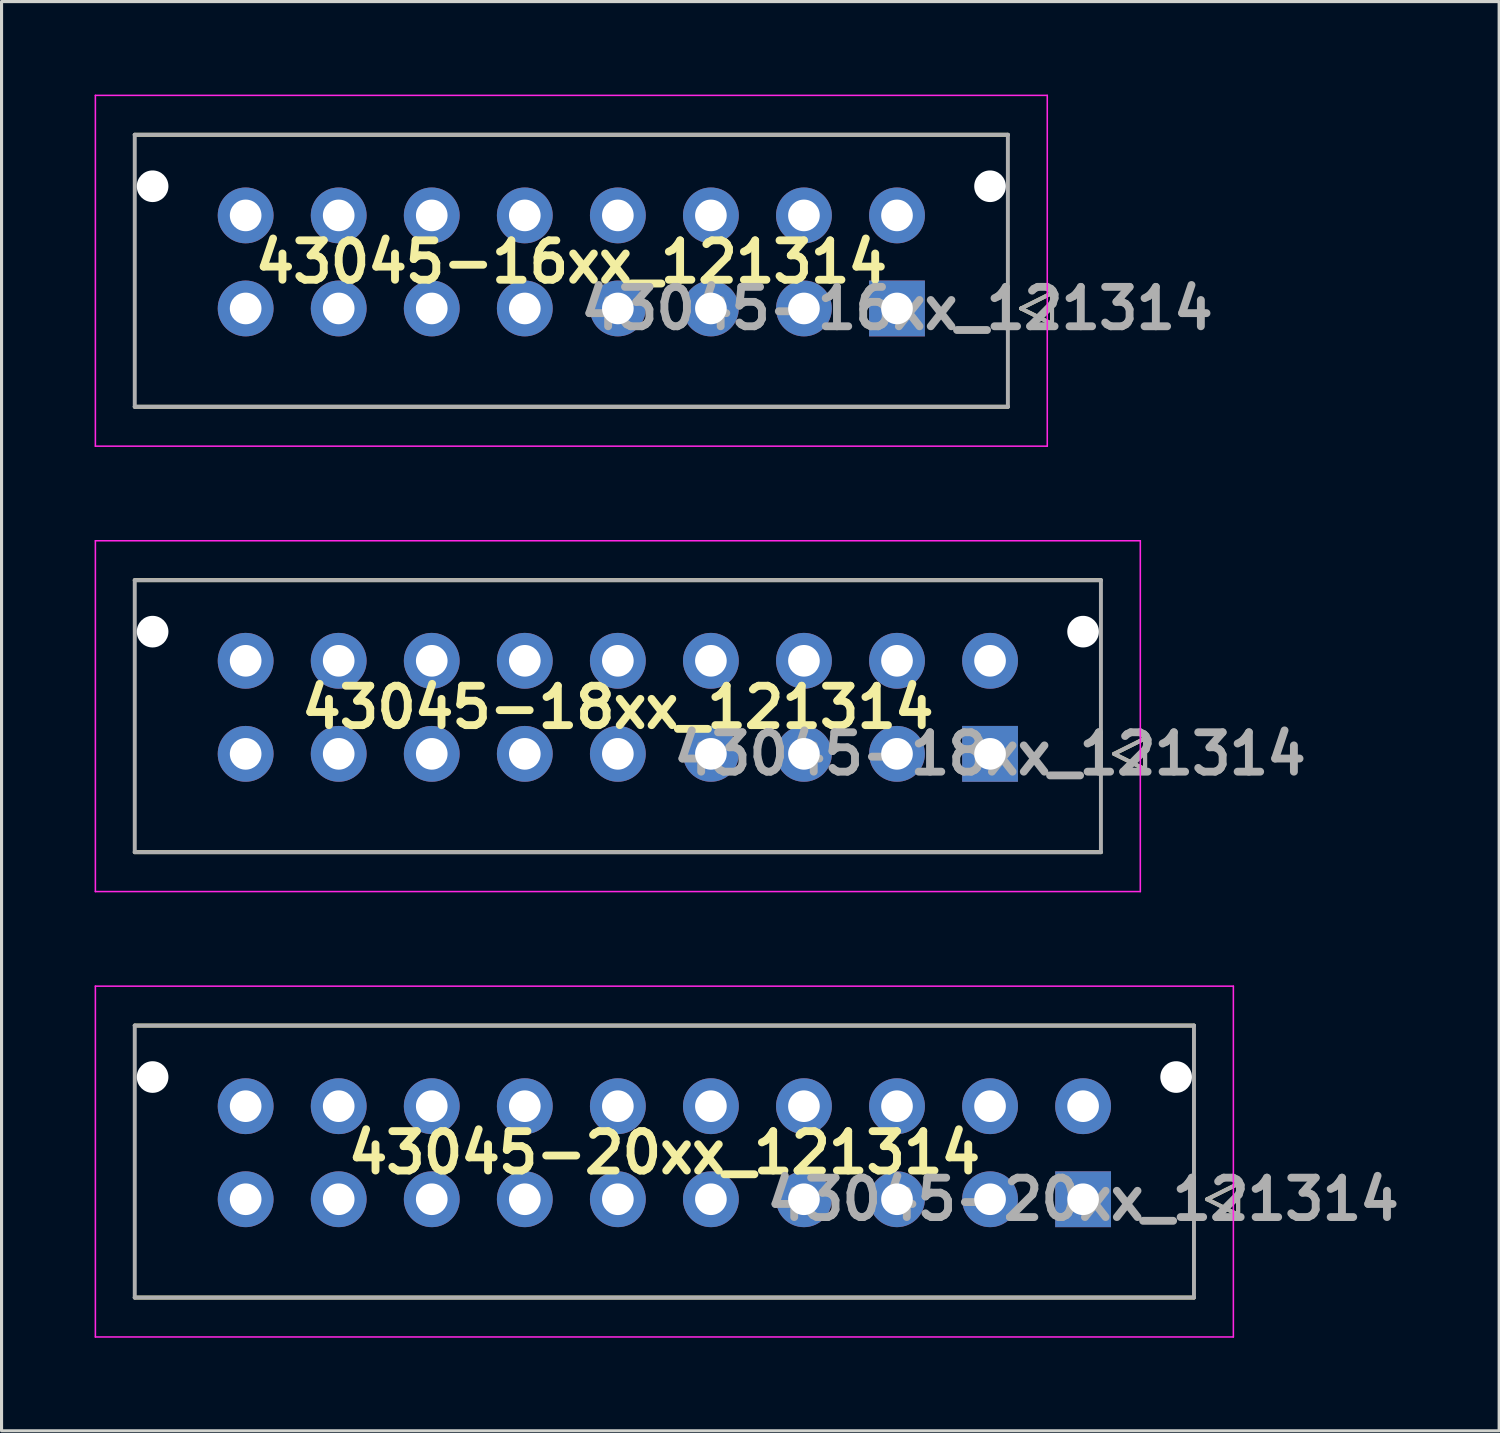
<source format=kicad_pcb>
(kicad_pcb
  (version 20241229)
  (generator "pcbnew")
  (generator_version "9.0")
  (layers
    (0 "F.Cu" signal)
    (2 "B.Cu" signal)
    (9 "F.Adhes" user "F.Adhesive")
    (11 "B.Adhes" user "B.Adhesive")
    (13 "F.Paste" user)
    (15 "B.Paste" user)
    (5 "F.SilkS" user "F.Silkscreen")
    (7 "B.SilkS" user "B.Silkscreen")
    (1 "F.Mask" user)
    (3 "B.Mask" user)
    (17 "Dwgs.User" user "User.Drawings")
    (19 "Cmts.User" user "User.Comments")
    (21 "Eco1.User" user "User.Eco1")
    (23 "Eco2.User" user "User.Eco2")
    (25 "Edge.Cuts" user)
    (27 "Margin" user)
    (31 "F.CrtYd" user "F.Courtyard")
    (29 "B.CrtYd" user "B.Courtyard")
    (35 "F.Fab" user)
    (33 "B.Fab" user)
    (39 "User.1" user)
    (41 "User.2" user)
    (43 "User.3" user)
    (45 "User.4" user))
  (footprint "43045-18xx_121314"
    (layer "F.Cu")
    (at 16.87 19.755)
    (property "Reference" "43045-18xx_121314" (at 0 0 0) (layer "F.SilkS") (effects (font (size 1.27 1.27) (thickness 0.254))))
    (attr through_hole)
    (fp_line (start -15.575 -4.1) (end 15.575 -4.1) (stroke (width 0.127) (type solid)) (layer "F.SilkS"))
    (fp_line (start 15.575 4.67) (end -15.575 4.67) (stroke (width 0.127) (type solid)) (layer "F.SilkS"))
    (fp_line (start 16 1.5) (end 17 1) (stroke (width 0.127) (type solid)) (layer "F.SilkS"))
    (fp_line (start 17 1) (end 17 2) (stroke (width 0.127) (type solid)) (layer "F.SilkS"))
    (fp_line (start 17 2) (end 16 1.5) (stroke (width 0.127) (type solid)) (layer "F.SilkS"))
    (fp_line (start -16.845 -5.37) (end 16.845 -5.37) (stroke (width 0.05) (type solid)) (layer "F.CrtYd"))
    (fp_line (start -16.845 5.94) (end -16.845 -5.37) (stroke (width 0.05) (type solid)) (layer "F.CrtYd"))
    (fp_line (start 16.845 -5.37) (end 16.845 5.94) (stroke (width 0.05) (type solid)) (layer "F.CrtYd"))
    (fp_line (start 16.845 5.94) (end -16.845 5.94) (stroke (width 0.05) (type solid)) (layer "F.CrtYd"))
    (fp_line (start -15.575 -4.1) (end 15.575 -4.1) (stroke (width 0.127) (type solid)) (layer "F.Fab"))
    (fp_line (start -15.575 4.67) (end -15.575 -4.1) (stroke (width 0.127) (type solid)) (layer "F.Fab"))
    (fp_line (start 15.575 -4.1) (end 15.575 4.67) (stroke (width 0.127) (type solid)) (layer "F.Fab"))
    (fp_line (start 15.575 4.67) (end -15.575 4.67) (stroke (width 0.127) (type solid)) (layer "F.Fab"))
    (fp_line (start 16 1.5) (end 17 1) (stroke (width 0.127) (type solid)) (layer "F.Fab"))
    (fp_line (start 17 1) (end 17 2) (stroke (width 0.127) (type solid)) (layer "F.Fab"))
    (fp_line (start 17 2) (end 16 1.5) (stroke (width 0.127) (type solid)) (layer "F.Fab"))
    (fp_text user "${REFERENCE}" (at 12 1.5 0) (layer "F.Fab") (effects (font (size 1.27 1.27) (thickness 0.254))))
    (pad "" np_thru_hole circle (at -15 -2.44) (size 1.02 1.02) (drill 1.02) (layers "*.Cu" "*.Mask"))
    (pad "" np_thru_hole circle (at 15 -2.44) (size 1.02 1.02) (drill 1.02) (layers "*.Cu" "*.Mask"))
    (pad "1" thru_hole rect (at 12 1.5) (size 1.8 1.8) (drill 1.02) (layers "*.Cu" "*.Mask"))
    (pad "2" thru_hole circle (at 9 1.5) (size 1.8 1.8) (drill 1.02) (layers "*.Cu" "*.Mask"))
    (pad "3" thru_hole circle (at 6 1.5) (size 1.8 1.8) (drill 1.02) (layers "*.Cu" "*.Mask"))
    (pad "4" thru_hole circle (at 3 1.5) (size 1.8 1.8) (drill 1.02) (layers "*.Cu" "*.Mask"))
    (pad "5" thru_hole circle (at 0 1.5) (size 1.8 1.8) (drill 1.02) (layers "*.Cu" "*.Mask"))
    (pad "6" thru_hole circle (at -3 1.5) (size 1.8 1.8) (drill 1.02) (layers "*.Cu" "*.Mask"))
    (pad "7" thru_hole circle (at -6 1.5) (size 1.8 1.8) (drill 1.02) (layers "*.Cu" "*.Mask"))
    (pad "8" thru_hole circle (at -9 1.5) (size 1.8 1.8) (drill 1.02) (layers "*.Cu" "*.Mask"))
    (pad "9" thru_hole circle (at -12 1.5) (size 1.8 1.8) (drill 1.02) (layers "*.Cu" "*.Mask"))
    (pad "10" thru_hole circle (at 12 -1.5) (size 1.8 1.8) (drill 1.02) (layers "*.Cu" "*.Mask"))
    (pad "11" thru_hole circle (at 9 -1.5) (size 1.8 1.8) (drill 1.02) (layers "*.Cu" "*.Mask"))
    (pad "12" thru_hole circle (at 6 -1.5) (size 1.8 1.8) (drill 1.02) (layers "*.Cu" "*.Mask"))
    (pad "13" thru_hole circle (at 3 -1.5) (size 1.8 1.8) (drill 1.02) (layers "*.Cu" "*.Mask"))
    (pad "14" thru_hole circle (at 0 -1.5) (size 1.8 1.8) (drill 1.02) (layers "*.Cu" "*.Mask"))
    (pad "15" thru_hole circle (at -3 -1.5) (size 1.8 1.8) (drill 1.02) (layers "*.Cu" "*.Mask"))
    (pad "16" thru_hole circle (at -6 -1.5) (size 1.8 1.8) (drill 1.02) (layers "*.Cu" "*.Mask"))
    (pad "17" thru_hole circle (at -9 -1.5) (size 1.8 1.8) (drill 1.02) (layers "*.Cu" "*.Mask"))
    (pad "18" thru_hole circle (at -12 -1.5) (size 1.8 1.8) (drill 1.02) (layers "*.Cu" "*.Mask")))
  (footprint "43045-20xx_121314"
    (layer "F.Cu")
    (at 18.37 34.115)
    (property "Reference" "43045-20xx_121314" (at 0 0 0) (layer "F.SilkS") (effects (font (size 1.27 1.27) (thickness 0.254))))
    (attr through_hole)
    (fp_line (start -17.075 -4.1) (end 17.075 -4.1) (stroke (width 0.127) (type solid)) (layer "F.SilkS"))
    (fp_line (start 17.075 4.67) (end -17.075 4.67) (stroke (width 0.127) (type solid)) (layer "F.SilkS"))
    (fp_line (start 17.5 1.5) (end 18.5 1) (stroke (width 0.127) (type solid)) (layer "F.SilkS"))
    (fp_line (start 18.5 1) (end 18.5 2) (stroke (width 0.127) (type solid)) (layer "F.SilkS"))
    (fp_line (start 18.5 2) (end 17.5 1.5) (stroke (width 0.127) (type solid)) (layer "F.SilkS"))
    (fp_line (start -18.345 -5.37) (end 18.345 -5.37) (stroke (width 0.05) (type solid)) (layer "F.CrtYd"))
    (fp_line (start -18.345 5.94) (end -18.345 -5.37) (stroke (width 0.05) (type solid)) (layer "F.CrtYd"))
    (fp_line (start 18.345 -5.37) (end 18.345 5.94) (stroke (width 0.05) (type solid)) (layer "F.CrtYd"))
    (fp_line (start 18.345 5.94) (end -18.345 5.94) (stroke (width 0.05) (type solid)) (layer "F.CrtYd"))
    (fp_line (start -17.075 -4.1) (end 17.075 -4.1) (stroke (width 0.127) (type solid)) (layer "F.Fab"))
    (fp_line (start -17.075 4.67) (end -17.075 -4.1) (stroke (width 0.127) (type solid)) (layer "F.Fab"))
    (fp_line (start 17.075 -4.1) (end 17.075 4.67) (stroke (width 0.127) (type solid)) (layer "F.Fab"))
    (fp_line (start 17.075 4.67) (end -17.075 4.67) (stroke (width 0.127) (type solid)) (layer "F.Fab"))
    (fp_line (start 17.5 1.5) (end 18.5 1) (stroke (width 0.127) (type solid)) (layer "F.Fab"))
    (fp_line (start 18.5 1) (end 18.5 2) (stroke (width 0.127) (type solid)) (layer "F.Fab"))
    (fp_line (start 18.5 2) (end 17.5 1.5) (stroke (width 0.127) (type solid)) (layer "F.Fab"))
    (fp_text user "${REFERENCE}" (at 13.5 1.5 0) (layer "F.Fab") (effects (font (size 1.27 1.27) (thickness 0.254))))
    (pad "" np_thru_hole circle (at -16.5 -2.44) (size 1.02 1.02) (drill 1.02) (layers "*.Cu" "*.Mask"))
    (pad "" np_thru_hole circle (at 16.5 -2.44) (size 1.02 1.02) (drill 1.02) (layers "*.Cu" "*.Mask"))
    (pad "1" thru_hole rect (at 13.5 1.5) (size 1.8 1.8) (drill 1.02) (layers "*.Cu" "*.Mask"))
    (pad "2" thru_hole circle (at 10.5 1.5) (size 1.8 1.8) (drill 1.02) (layers "*.Cu" "*.Mask"))
    (pad "3" thru_hole circle (at 7.5 1.5) (size 1.8 1.8) (drill 1.02) (layers "*.Cu" "*.Mask"))
    (pad "4" thru_hole circle (at 4.5 1.5) (size 1.8 1.8) (drill 1.02) (layers "*.Cu" "*.Mask"))
    (pad "5" thru_hole circle (at 1.5 1.5) (size 1.8 1.8) (drill 1.02) (layers "*.Cu" "*.Mask"))
    (pad "6" thru_hole circle (at -1.5 1.5) (size 1.8 1.8) (drill 1.02) (layers "*.Cu" "*.Mask"))
    (pad "7" thru_hole circle (at -4.5 1.5) (size 1.8 1.8) (drill 1.02) (layers "*.Cu" "*.Mask"))
    (pad "8" thru_hole circle (at -7.5 1.5) (size 1.8 1.8) (drill 1.02) (layers "*.Cu" "*.Mask"))
    (pad "9" thru_hole circle (at -10.5 1.5) (size 1.8 1.8) (drill 1.02) (layers "*.Cu" "*.Mask"))
    (pad "10" thru_hole circle (at -13.5 1.5) (size 1.8 1.8) (drill 1.02) (layers "*.Cu" "*.Mask"))
    (pad "11" thru_hole circle (at 13.5 -1.5) (size 1.8 1.8) (drill 1.02) (layers "*.Cu" "*.Mask"))
    (pad "12" thru_hole circle (at 10.5 -1.5) (size 1.8 1.8) (drill 1.02) (layers "*.Cu" "*.Mask"))
    (pad "13" thru_hole circle (at 7.5 -1.5) (size 1.8 1.8) (drill 1.02) (layers "*.Cu" "*.Mask"))
    (pad "14" thru_hole circle (at 4.5 -1.5) (size 1.8 1.8) (drill 1.02) (layers "*.Cu" "*.Mask"))
    (pad "15" thru_hole circle (at 1.5 -1.5) (size 1.8 1.8) (drill 1.02) (layers "*.Cu" "*.Mask"))
    (pad "16" thru_hole circle (at -1.5 -1.5) (size 1.8 1.8) (drill 1.02) (layers "*.Cu" "*.Mask"))
    (pad "17" thru_hole circle (at -4.5 -1.5) (size 1.8 1.8) (drill 1.02) (layers "*.Cu" "*.Mask"))
    (pad "18" thru_hole circle (at -7.5 -1.5) (size 1.8 1.8) (drill 1.02) (layers "*.Cu" "*.Mask"))
    (pad "19" thru_hole circle (at -10.5 -1.5) (size 1.8 1.8) (drill 1.02) (layers "*.Cu" "*.Mask"))
    (pad "20" thru_hole circle (at -13.5 -1.5) (size 1.8 1.8) (drill 1.02) (layers "*.Cu" "*.Mask")))
  (footprint "43045-16xx_121314"
    (layer "F.Cu")
    (at 15.37 5.395)
    (property "Reference" "43045-16xx_121314" (at 0 0 0) (layer "F.SilkS") (effects (font (size 1.27 1.27) (thickness 0.254))))
    (attr through_hole)
    (fp_line (start -14.075 -4.1) (end 14.075 -4.1) (stroke (width 0.127) (type solid)) (layer "F.SilkS"))
    (fp_line (start 14.075 4.67) (end -14.075 4.67) (stroke (width 0.127) (type solid)) (layer "F.SilkS"))
    (fp_line (start 14.5 1.5) (end 15.5 1) (stroke (width 0.127) (type solid)) (layer "F.SilkS"))
    (fp_line (start 15.5 1) (end 15.5 2) (stroke (width 0.127) (type solid)) (layer "F.SilkS"))
    (fp_line (start 15.5 2) (end 14.5 1.5) (stroke (width 0.127) (type solid)) (layer "F.SilkS"))
    (fp_line (start -15.345 -5.37) (end 15.345 -5.37) (stroke (width 0.05) (type solid)) (layer "F.CrtYd"))
    (fp_line (start -15.345 5.94) (end -15.345 -5.37) (stroke (width 0.05) (type solid)) (layer "F.CrtYd"))
    (fp_line (start 15.345 -5.37) (end 15.345 5.94) (stroke (width 0.05) (type solid)) (layer "F.CrtYd"))
    (fp_line (start 15.345 5.94) (end -15.345 5.94) (stroke (width 0.05) (type solid)) (layer "F.CrtYd"))
    (fp_line (start -14.075 -4.1) (end 14.075 -4.1) (stroke (width 0.127) (type solid)) (layer "F.Fab"))
    (fp_line (start -14.075 4.67) (end -14.075 -4.1) (stroke (width 0.127) (type solid)) (layer "F.Fab"))
    (fp_line (start 14.075 -4.1) (end 14.075 4.67) (stroke (width 0.127) (type solid)) (layer "F.Fab"))
    (fp_line (start 14.075 4.67) (end -14.075 4.67) (stroke (width 0.127) (type solid)) (layer "F.Fab"))
    (fp_line (start 14.5 1.5) (end 15.5 1) (stroke (width 0.127) (type solid)) (layer "F.Fab"))
    (fp_line (start 15.5 1) (end 15.5 2) (stroke (width 0.127) (type solid)) (layer "F.Fab"))
    (fp_line (start 15.5 2) (end 14.5 1.5) (stroke (width 0.127) (type solid)) (layer "F.Fab"))
    (fp_text user "${REFERENCE}" (at 10.5 1.5 0) (layer "F.Fab") (effects (font (size 1.27 1.27) (thickness 0.254))))
    (pad "" np_thru_hole circle (at -13.5 -2.44) (size 1.02 1.02) (drill 1.02) (layers "*.Cu" "*.Mask"))
    (pad "" np_thru_hole circle (at 13.5 -2.44) (size 1.02 1.02) (drill 1.02) (layers "*.Cu" "*.Mask"))
    (pad "1" thru_hole rect (at 10.5 1.5) (size 1.8 1.8) (drill 1.02) (layers "*.Cu" "*.Mask"))
    (pad "2" thru_hole circle (at 7.5 1.5) (size 1.8 1.8) (drill 1.02) (layers "*.Cu" "*.Mask"))
    (pad "3" thru_hole circle (at 4.5 1.5) (size 1.8 1.8) (drill 1.02) (layers "*.Cu" "*.Mask"))
    (pad "4" thru_hole circle (at 1.5 1.5) (size 1.8 1.8) (drill 1.02) (layers "*.Cu" "*.Mask"))
    (pad "5" thru_hole circle (at -1.5 1.5) (size 1.8 1.8) (drill 1.02) (layers "*.Cu" "*.Mask"))
    (pad "6" thru_hole circle (at -4.5 1.5) (size 1.8 1.8) (drill 1.02) (layers "*.Cu" "*.Mask"))
    (pad "7" thru_hole circle (at -7.5 1.5) (size 1.8 1.8) (drill 1.02) (layers "*.Cu" "*.Mask"))
    (pad "8" thru_hole circle (at -10.5 1.5) (size 1.8 1.8) (drill 1.02) (layers "*.Cu" "*.Mask"))
    (pad "9" thru_hole circle (at 10.5 -1.5) (size 1.8 1.8) (drill 1.02) (layers "*.Cu" "*.Mask"))
    (pad "10" thru_hole circle (at 7.5 -1.5) (size 1.8 1.8) (drill 1.02) (layers "*.Cu" "*.Mask"))
    (pad "11" thru_hole circle (at 4.5 -1.5) (size 1.8 1.8) (drill 1.02) (layers "*.Cu" "*.Mask"))
    (pad "12" thru_hole circle (at 1.5 -1.5) (size 1.8 1.8) (drill 1.02) (layers "*.Cu" "*.Mask"))
    (pad "13" thru_hole circle (at -1.5 -1.5) (size 1.8 1.8) (drill 1.02) (layers "*.Cu" "*.Mask"))
    (pad "14" thru_hole circle (at -4.5 -1.5) (size 1.8 1.8) (drill 1.02) (layers "*.Cu" "*.Mask"))
    (pad "15" thru_hole circle (at -7.5 -1.5) (size 1.8 1.8) (drill 1.02) (layers "*.Cu" "*.Mask"))
    (pad "16" thru_hole circle (at -10.5 -1.5) (size 1.8 1.8) (drill 1.02) (layers "*.Cu" "*.Mask")))
  (gr_rect
    (start -3 -3)
    (end 45.284 43.08)
    (stroke (width 0.1) (type default))
    (fill no)
    (layer "Edge.Cuts")))
</source>
